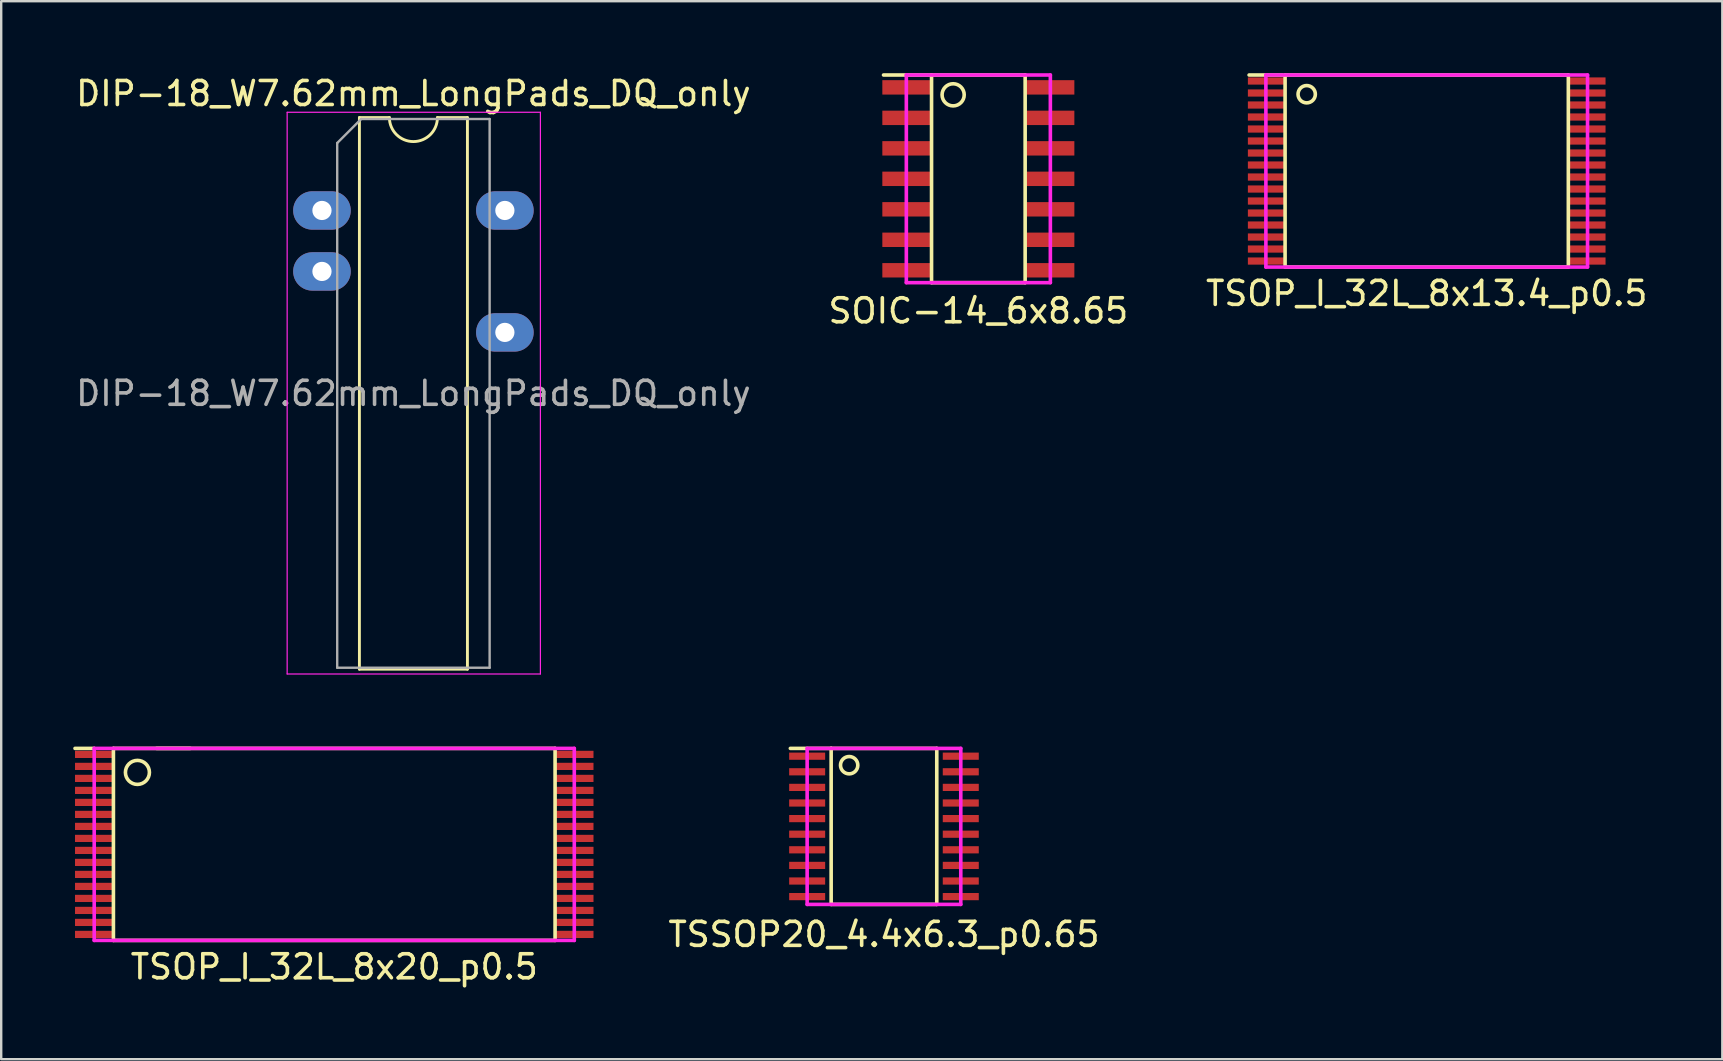
<source format=kicad_pcb>
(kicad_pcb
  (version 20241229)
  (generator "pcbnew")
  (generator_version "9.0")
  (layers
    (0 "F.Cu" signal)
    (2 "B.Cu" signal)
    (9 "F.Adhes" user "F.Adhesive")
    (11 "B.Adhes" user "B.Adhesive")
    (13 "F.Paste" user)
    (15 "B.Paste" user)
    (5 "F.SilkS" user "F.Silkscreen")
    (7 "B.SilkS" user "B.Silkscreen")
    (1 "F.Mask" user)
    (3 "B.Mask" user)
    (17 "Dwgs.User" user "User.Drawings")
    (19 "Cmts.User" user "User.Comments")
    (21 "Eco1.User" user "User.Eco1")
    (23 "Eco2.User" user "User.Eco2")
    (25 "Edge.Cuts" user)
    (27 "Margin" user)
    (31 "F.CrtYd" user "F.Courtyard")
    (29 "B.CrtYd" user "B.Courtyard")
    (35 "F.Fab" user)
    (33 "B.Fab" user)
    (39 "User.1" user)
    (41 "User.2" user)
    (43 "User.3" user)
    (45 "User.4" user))
  (footprint "TSOP_I_32L_8x13.4_p0.5"
    (layer "F.Cu")
    (at 56.387 4.075)
    (property "Reference" "TSOP_I_32L_8x13.4_p0.5" (at 0 5.1 0) (layer "F.SilkS") (effects (font (size 1 1) (thickness 0.15))))
    (attr through_hole)
    (fp_line (start -6 -4) (end -7.4 -4) (stroke (width 0.15) (type solid)) (layer "F.SilkS"))
    (fp_line (start -5.9 -4) (end 5.9 -4) (stroke (width 0.15) (type solid)) (layer "F.SilkS"))
    (fp_line (start -5.9 4) (end -5.9 -4) (stroke (width 0.15) (type solid)) (layer "F.SilkS"))
    (fp_line (start 5.9 -4) (end 5.9 4) (stroke (width 0.15) (type solid)) (layer "F.SilkS"))
    (fp_line (start 5.9 4) (end -5.9 4) (stroke (width 0.15) (type solid)) (layer "F.SilkS"))
    (fp_circle (center -5 -3.2) (end -5.2 -3.5) (stroke (width 0.15) (type solid)) (fill no) (layer "F.SilkS"))
    (fp_line (start -6.7 -4) (end 6.7 -4) (stroke (width 0.15) (type solid)) (layer "F.CrtYd"))
    (fp_line (start -6.7 4) (end -6.7 -4) (stroke (width 0.15) (type solid)) (layer "F.CrtYd"))
    (fp_line (start 6.7 -4) (end 6.7 4) (stroke (width 0.15) (type solid)) (layer "F.CrtYd"))
    (fp_line (start 6.7 4) (end -6.7 4) (stroke (width 0.15) (type solid)) (layer "F.CrtYd"))
    (pad "1" smd rect (at -6.7 -3.75) (size 1.5 0.3) (layers "F.Cu" "F.Mask" "F.Paste"))
    (pad "2" smd rect (at -6.7 -3.25) (size 1.5 0.3) (layers "F.Cu" "F.Mask" "F.Paste"))
    (pad "3" smd rect (at -6.7 -2.75) (size 1.5 0.3) (layers "F.Cu" "F.Mask" "F.Paste"))
    (pad "4" smd rect (at -6.7 -2.25) (size 1.5 0.3) (layers "F.Cu" "F.Mask" "F.Paste"))
    (pad "5" smd rect (at -6.7 -1.75) (size 1.5 0.3) (layers "F.Cu" "F.Mask" "F.Paste"))
    (pad "6" smd rect (at -6.7 -1.25) (size 1.5 0.3) (layers "F.Cu" "F.Mask" "F.Paste"))
    (pad "7" smd rect (at -6.7 -0.75) (size 1.5 0.3) (layers "F.Cu" "F.Mask" "F.Paste"))
    (pad "8" smd rect (at -6.7 -0.25) (size 1.5 0.3) (layers "F.Cu" "F.Mask" "F.Paste"))
    (pad "9" smd rect (at -6.7 0.25) (size 1.5 0.3) (layers "F.Cu" "F.Mask" "F.Paste"))
    (pad "10" smd rect (at -6.7 0.75) (size 1.5 0.3) (layers "F.Cu" "F.Mask" "F.Paste"))
    (pad "11" smd rect (at -6.7 1.25) (size 1.5 0.3) (layers "F.Cu" "F.Mask" "F.Paste"))
    (pad "12" smd rect (at -6.7 1.75) (size 1.5 0.3) (layers "F.Cu" "F.Mask" "F.Paste"))
    (pad "13" smd rect (at -6.7 2.25) (size 1.5 0.3) (layers "F.Cu" "F.Mask" "F.Paste"))
    (pad "14" smd rect (at -6.7 2.75) (size 1.5 0.3) (layers "F.Cu" "F.Mask" "F.Paste"))
    (pad "15" smd rect (at -6.7 3.25) (size 1.5 0.3) (layers "F.Cu" "F.Mask" "F.Paste"))
    (pad "16" smd rect (at -6.7 3.75) (size 1.5 0.3) (layers "F.Cu" "F.Mask" "F.Paste"))
    (pad "17" smd rect (at 6.7 3.75) (size 1.5 0.3) (layers "F.Cu" "F.Mask" "F.Paste"))
    (pad "18" smd rect (at 6.7 3.25) (size 1.5 0.3) (layers "F.Cu" "F.Mask" "F.Paste"))
    (pad "19" smd rect (at 6.7 2.75) (size 1.5 0.3) (layers "F.Cu" "F.Mask" "F.Paste"))
    (pad "20" smd rect (at 6.7 2.25) (size 1.5 0.3) (layers "F.Cu" "F.Mask" "F.Paste"))
    (pad "21" smd rect (at 6.7 1.75) (size 1.5 0.3) (layers "F.Cu" "F.Mask" "F.Paste"))
    (pad "22" smd rect (at 6.7 1.25) (size 1.5 0.3) (layers "F.Cu" "F.Mask" "F.Paste"))
    (pad "23" smd rect (at 6.7 0.75) (size 1.5 0.3) (layers "F.Cu" "F.Mask" "F.Paste"))
    (pad "24" smd rect (at 6.7 0.25) (size 1.5 0.3) (layers "F.Cu" "F.Mask" "F.Paste"))
    (pad "25" smd rect (at 6.7 -0.25) (size 1.5 0.3) (layers "F.Cu" "F.Mask" "F.Paste"))
    (pad "26" smd rect (at 6.7 -0.75) (size 1.5 0.3) (layers "F.Cu" "F.Mask" "F.Paste"))
    (pad "27" smd rect (at 6.7 -1.25) (size 1.5 0.3) (layers "F.Cu" "F.Mask" "F.Paste"))
    (pad "28" smd rect (at 6.7 -1.75) (size 1.5 0.3) (layers "F.Cu" "F.Mask" "F.Paste"))
    (pad "29" smd rect (at 6.7 -2.25) (size 1.5 0.3) (layers "F.Cu" "F.Mask" "F.Paste"))
    (pad "30" smd rect (at 6.7 -2.75) (size 1.5 0.3) (layers "F.Cu" "F.Mask" "F.Paste"))
    (pad "31" smd rect (at 6.7 -3.25) (size 1.5 0.3) (layers "F.Cu" "F.Mask" "F.Paste"))
    (pad "32" smd rect (at 6.7 -3.75) (size 1.5 0.3) (layers "F.Cu" "F.Mask" "F.Paste")))
  (footprint "SOIC-14_6x8.65"
    (layer "F.Cu")
    (at 37.708 4.4)
    (property "Reference" "SOIC-14_6x8.65" (at 0 5.5 0) (layer "F.SilkS") (effects (font (size 1 1) (thickness 0.15))))
    (attr through_hole)
    (fp_line (start -1.95 -4.325) (end -3.95 -4.325) (stroke (width 0.15) (type solid)) (layer "F.SilkS"))
    (fp_line (start -1.95 -4.325) (end -1.95 4.325) (stroke (width 0.15) (type solid)) (layer "F.SilkS"))
    (fp_line (start -1.95 -4.325) (end 1.95 -4.325) (stroke (width 0.15) (type solid)) (layer "F.SilkS"))
    (fp_line (start -1.95 4.325) (end 1.95 4.325) (stroke (width 0.15) (type solid)) (layer "F.SilkS"))
    (fp_line (start 1.95 -4.325) (end 1.95 4.325) (stroke (width 0.15) (type solid)) (layer "F.SilkS"))
    (fp_circle (center -1.05 -3.5) (end -1.35 -3.85) (stroke (width 0.15) (type solid)) (fill no) (layer "F.SilkS"))
    (fp_line (start -3 -4.325) (end 3 -4.325) (stroke (width 0.15) (type solid)) (layer "F.CrtYd"))
    (fp_line (start -3 4.325) (end -3 -4.325) (stroke (width 0.15) (type solid)) (layer "F.CrtYd"))
    (fp_line (start 3 -4.325) (end 3 4.325) (stroke (width 0.15) (type solid)) (layer "F.CrtYd"))
    (fp_line (start 3 4.325) (end -3 4.325) (stroke (width 0.15) (type solid)) (layer "F.CrtYd"))
    (pad "1" smd rect (at -3 -3.81) (size 2 0.6) (layers "F.Cu" "F.Mask" "F.Paste"))
    (pad "2" smd rect (at -3 -2.54) (size 2 0.6) (layers "F.Cu" "F.Mask" "F.Paste"))
    (pad "3" smd rect (at -3 -1.27) (size 2 0.6) (layers "F.Cu" "F.Mask" "F.Paste"))
    (pad "4" smd rect (at -3 0) (size 2 0.6) (layers "F.Cu" "F.Mask" "F.Paste"))
    (pad "5" smd rect (at -3 1.27) (size 2 0.6) (layers "F.Cu" "F.Mask" "F.Paste"))
    (pad "6" smd rect (at -3 2.54) (size 2 0.6) (layers "F.Cu" "F.Mask" "F.Paste"))
    (pad "7" smd rect (at -3 3.81) (size 2 0.6) (layers "F.Cu" "F.Mask" "F.Paste"))
    (pad "8" smd rect (at 3 3.81) (size 2 0.6) (layers "F.Cu" "F.Mask" "F.Paste"))
    (pad "9" smd rect (at 3 2.54) (size 2 0.6) (layers "F.Cu" "F.Mask" "F.Paste"))
    (pad "10" smd rect (at 3 1.27) (size 2 0.6) (layers "F.Cu" "F.Mask" "F.Paste"))
    (pad "11" smd rect (at 3 0) (size 2 0.6) (layers "F.Cu" "F.Mask" "F.Paste"))
    (pad "12" smd rect (at 3 -1.27) (size 2 0.6) (layers "F.Cu" "F.Mask" "F.Paste"))
    (pad "13" smd rect (at 3 -2.54) (size 2 0.6) (layers "F.Cu" "F.Mask" "F.Paste"))
    (pad "14" smd rect (at 3 -3.81) (size 2 0.6) (layers "F.Cu" "F.Mask" "F.Paste")))
  (footprint "TSSOP20_4.4x6.3_p0.65"
    (layer "F.Cu")
    (at 33.776 31.378)
    (property "Reference" "TSSOP20_4.4x6.3_p0.65" (at 0 4.5 0) (layer "F.SilkS") (effects (font (size 1 1) (thickness 0.15))))
    (attr through_hole)
    (fp_line (start -2.2 -3.25) (end -3.9 -3.25) (stroke (width 0.15) (type solid)) (layer "F.SilkS"))
    (fp_line (start -2.2 -3.25) (end 2.2 -3.25) (stroke (width 0.15) (type solid)) (layer "F.SilkS"))
    (fp_line (start -2.2 3.25) (end -2.2 -3.25) (stroke (width 0.15) (type solid)) (layer "F.SilkS"))
    (fp_line (start 2.2 -3.25) (end 2.2 3.25) (stroke (width 0.15) (type solid)) (layer "F.SilkS"))
    (fp_line (start 2.2 3.25) (end -2.2 3.25) (stroke (width 0.15) (type solid)) (layer "F.SilkS"))
    (fp_circle (center -1.45 -2.55) (end -1.75 -2.75) (stroke (width 0.15) (type solid)) (fill no) (layer "F.SilkS"))
    (fp_line (start -3.2 -3.25) (end 3.2 -3.25) (stroke (width 0.15) (type solid)) (layer "F.CrtYd"))
    (fp_line (start -3.2 3.25) (end -3.2 -3.25) (stroke (width 0.15) (type solid)) (layer "F.CrtYd"))
    (fp_line (start 3.2 -3.25) (end 3.2 3.25) (stroke (width 0.15) (type solid)) (layer "F.CrtYd"))
    (fp_line (start 3.2 3.25) (end -3.2 3.25) (stroke (width 0.15) (type solid)) (layer "F.CrtYd"))
    (pad "1" smd rect (at -3.2 -2.925) (size 1.5 0.3) (layers "F.Cu" "F.Mask" "F.Paste"))
    (pad "2" smd rect (at -3.2 -2.275) (size 1.5 0.3) (layers "F.Cu" "F.Mask" "F.Paste"))
    (pad "3" smd rect (at -3.2 -1.625) (size 1.5 0.3) (layers "F.Cu" "F.Mask" "F.Paste"))
    (pad "4" smd rect (at -3.2 -0.975) (size 1.5 0.3) (layers "F.Cu" "F.Mask" "F.Paste"))
    (pad "5" smd rect (at -3.2 -0.325) (size 1.5 0.3) (layers "F.Cu" "F.Mask" "F.Paste"))
    (pad "6" smd rect (at -3.2 0.325) (size 1.5 0.3) (layers "F.Cu" "F.Mask" "F.Paste"))
    (pad "7" smd rect (at -3.2 0.975) (size 1.5 0.3) (layers "F.Cu" "F.Mask" "F.Paste"))
    (pad "8" smd rect (at -3.2 1.625) (size 1.5 0.3) (layers "F.Cu" "F.Mask" "F.Paste"))
    (pad "9" smd rect (at -3.2 2.275) (size 1.5 0.3) (layers "F.Cu" "F.Mask" "F.Paste"))
    (pad "10" smd rect (at -3.2 2.925) (size 1.5 0.3) (layers "F.Cu" "F.Mask" "F.Paste"))
    (pad "11" smd rect (at 3.2 2.925) (size 1.5 0.3) (layers "F.Cu" "F.Mask" "F.Paste"))
    (pad "12" smd rect (at 3.2 2.275) (size 1.5 0.3) (layers "F.Cu" "F.Mask" "F.Paste"))
    (pad "13" smd rect (at 3.2 1.625) (size 1.5 0.3) (layers "F.Cu" "F.Mask" "F.Paste"))
    (pad "14" smd rect (at 3.2 0.975) (size 1.5 0.3) (layers "F.Cu" "F.Mask" "F.Paste"))
    (pad "15" smd rect (at 3.2 0.325) (size 1.5 0.3) (layers "F.Cu" "F.Mask" "F.Paste"))
    (pad "16" smd rect (at 3.2 -0.325) (size 1.5 0.3) (layers "F.Cu" "F.Mask" "F.Paste"))
    (pad "17" smd rect (at 3.2 -0.975) (size 1.5 0.3) (layers "F.Cu" "F.Mask" "F.Paste"))
    (pad "18" smd rect (at 3.2 -1.625) (size 1.5 0.3) (layers "F.Cu" "F.Mask" "F.Paste"))
    (pad "19" smd rect (at 3.2 -2.275) (size 1.5 0.3) (layers "F.Cu" "F.Mask" "F.Paste"))
    (pad "20" smd rect (at 3.2 -2.925) (size 1.5 0.3) (layers "F.Cu" "F.Mask" "F.Paste")))
  (footprint "DIP-18_W7.62mm_LongPads_DQ_only"
    (layer "F.Cu")
    (at 10.363 3.178)
    (property "Reference" "DIP-18_W7.62mm_LongPads_DQ_only" (at 3.81 -2.33 0) (layer "F.SilkS") (effects (font (size 1 1) (thickness 0.15))))
    (attr through_hole)
    (fp_line (start 1.56 -1.33) (end 1.56 21.65) (stroke (width 0.12) (type solid)) (layer "F.SilkS"))
    (fp_line (start 1.56 21.65) (end 6.06 21.65) (stroke (width 0.12) (type solid)) (layer "F.SilkS"))
    (fp_line (start 2.81 -1.33) (end 1.56 -1.33) (stroke (width 0.12) (type solid)) (layer "F.SilkS"))
    (fp_line (start 6.06 -1.33) (end 4.81 -1.33) (stroke (width 0.12) (type solid)) (layer "F.SilkS"))
    (fp_line (start 6.06 21.65) (end 6.06 -1.33) (stroke (width 0.12) (type solid)) (layer "F.SilkS"))
    (fp_arc (start 4.81 -1.33) (mid 3.81 -0.33) (end 2.81 -1.33) (stroke (width 0.12) (type solid)) (layer "F.SilkS"))
    (fp_line (start -1.45 -1.55) (end -1.45 21.85) (stroke (width 0.05) (type solid)) (layer "F.CrtYd"))
    (fp_line (start -1.45 21.85) (end 9.1 21.85) (stroke (width 0.05) (type solid)) (layer "F.CrtYd"))
    (fp_line (start 9.1 -1.55) (end -1.45 -1.55) (stroke (width 0.05) (type solid)) (layer "F.CrtYd"))
    (fp_line (start 9.1 21.85) (end 9.1 -1.55) (stroke (width 0.05) (type solid)) (layer "F.CrtYd"))
    (fp_line (start 0.635 -0.27) (end 1.635 -1.27) (stroke (width 0.1) (type solid)) (layer "F.Fab"))
    (fp_line (start 0.635 21.59) (end 0.635 -0.27) (stroke (width 0.1) (type solid)) (layer "F.Fab"))
    (fp_line (start 1.635 -1.27) (end 6.985 -1.27) (stroke (width 0.1) (type solid)) (layer "F.Fab"))
    (fp_line (start 6.985 -1.27) (end 6.985 21.59) (stroke (width 0.1) (type solid)) (layer "F.Fab"))
    (fp_line (start 6.985 21.59) (end 0.635 21.59) (stroke (width 0.1) (type solid)) (layer "F.Fab"))
    (fp_text user "${REFERENCE}" (at 3.81 10.16 0) (layer "F.Fab") (effects (font (size 1 1) (thickness 0.15))))
    (pad "2" thru_hole oval (at 0 2.54) (size 2.4 1.6) (drill 0.8) (layers "*.Cu" "*.Mask"))
    (pad "3" thru_hole oval (at 0 5.08) (size 2.4 1.6) (drill 0.8) (layers "*.Cu" "*.Mask"))
    (pad "15" thru_hole oval (at 7.62 7.62) (size 2.4 1.6) (drill 0.8) (layers "*.Cu" "*.Mask"))
    (pad "17" thru_hole oval (at 7.62 2.54) (size 2.4 1.6) (drill 0.8) (layers "*.Cu" "*.Mask")))
  (footprint "TSOP_I_32L_8x20_p0.5"
    (layer "F.Cu")
    (at 10.875 32.128)
    (property "Reference" "TSOP_I_32L_8x20_p0.5" (at 0 5.1 0) (layer "F.SilkS") (effects (font (size 1 1) (thickness 0.15))))
    (attr through_hole)
    (fp_line (start -10 -4) (end -10.8 -4) (stroke (width 0.15) (type solid)) (layer "F.SilkS"))
    (fp_line (start -9.2 -4) (end 9.2 -4) (stroke (width 0.15) (type solid)) (layer "F.SilkS"))
    (fp_line (start -9.2 4) (end -9.2 -4) (stroke (width 0.15) (type solid)) (layer "F.SilkS"))
    (fp_line (start -6 -4) (end -7.4 -4) (stroke (width 0.15) (type solid)) (layer "F.SilkS"))
    (fp_line (start 9.2 -4) (end 9.2 4) (stroke (width 0.15) (type solid)) (layer "F.SilkS"))
    (fp_line (start 9.2 4) (end -9.2 4) (stroke (width 0.15) (type solid)) (layer "F.SilkS"))
    (fp_circle (center -8.2 -3) (end -8.7 -3) (stroke (width 0.15) (type solid)) (fill no) (layer "F.SilkS"))
    (fp_line (start -10 -4) (end 10 -4) (stroke (width 0.15) (type solid)) (layer "F.CrtYd"))
    (fp_line (start -10 4) (end -10 -4) (stroke (width 0.15) (type solid)) (layer "F.CrtYd"))
    (fp_line (start 10 -4) (end 10 4) (stroke (width 0.15) (type solid)) (layer "F.CrtYd"))
    (fp_line (start 10 4) (end -10 4) (stroke (width 0.15) (type solid)) (layer "F.CrtYd"))
    (pad "1" smd rect (at -10 -3.75) (size 1.6 0.3) (layers "F.Cu" "F.Mask" "F.Paste"))
    (pad "2" smd rect (at -10 -3.25) (size 1.6 0.3) (layers "F.Cu" "F.Mask" "F.Paste"))
    (pad "3" smd rect (at -10 -2.75) (size 1.6 0.3) (layers "F.Cu" "F.Mask" "F.Paste"))
    (pad "4" smd rect (at -10 -2.25) (size 1.6 0.3) (layers "F.Cu" "F.Mask" "F.Paste"))
    (pad "5" smd rect (at -10 -1.75) (size 1.6 0.3) (layers "F.Cu" "F.Mask" "F.Paste"))
    (pad "6" smd rect (at -10 -1.25) (size 1.6 0.3) (layers "F.Cu" "F.Mask" "F.Paste"))
    (pad "7" smd rect (at -10 -0.75) (size 1.6 0.3) (layers "F.Cu" "F.Mask" "F.Paste"))
    (pad "8" smd rect (at -10 -0.25) (size 1.6 0.3) (layers "F.Cu" "F.Mask" "F.Paste"))
    (pad "9" smd rect (at -10 0.25) (size 1.6 0.3) (layers "F.Cu" "F.Mask" "F.Paste"))
    (pad "10" smd rect (at -10 0.75) (size 1.6 0.3) (layers "F.Cu" "F.Mask" "F.Paste"))
    (pad "11" smd rect (at -10 1.25) (size 1.6 0.3) (layers "F.Cu" "F.Mask" "F.Paste"))
    (pad "12" smd rect (at -10 1.75) (size 1.6 0.3) (layers "F.Cu" "F.Mask" "F.Paste"))
    (pad "13" smd rect (at -10 2.25) (size 1.6 0.3) (layers "F.Cu" "F.Mask" "F.Paste"))
    (pad "14" smd rect (at -10 2.75) (size 1.6 0.3) (layers "F.Cu" "F.Mask" "F.Paste"))
    (pad "15" smd rect (at -10 3.25) (size 1.6 0.3) (layers "F.Cu" "F.Mask" "F.Paste"))
    (pad "16" smd rect (at -10 3.75) (size 1.6 0.3) (layers "F.Cu" "F.Mask" "F.Paste"))
    (pad "17" smd rect (at 10 3.75) (size 1.6 0.3) (layers "F.Cu" "F.Mask" "F.Paste"))
    (pad "18" smd rect (at 10 3.25) (size 1.6 0.3) (layers "F.Cu" "F.Mask" "F.Paste"))
    (pad "19" smd rect (at 10 2.75) (size 1.6 0.3) (layers "F.Cu" "F.Mask" "F.Paste"))
    (pad "20" smd rect (at 10 2.25) (size 1.6 0.3) (layers "F.Cu" "F.Mask" "F.Paste"))
    (pad "21" smd rect (at 10 1.75) (size 1.6 0.3) (layers "F.Cu" "F.Mask" "F.Paste"))
    (pad "22" smd rect (at 10 1.25) (size 1.6 0.3) (layers "F.Cu" "F.Mask" "F.Paste"))
    (pad "23" smd rect (at 10 0.75) (size 1.6 0.3) (layers "F.Cu" "F.Mask" "F.Paste"))
    (pad "24" smd rect (at 10 0.25) (size 1.6 0.3) (layers "F.Cu" "F.Mask" "F.Paste"))
    (pad "25" smd rect (at 10 -0.25) (size 1.6 0.3) (layers "F.Cu" "F.Mask" "F.Paste"))
    (pad "26" smd rect (at 10 -0.75) (size 1.6 0.3) (layers "F.Cu" "F.Mask" "F.Paste"))
    (pad "27" smd rect (at 10 -1.25) (size 1.6 0.3) (layers "F.Cu" "F.Mask" "F.Paste"))
    (pad "28" smd rect (at 10 -1.75) (size 1.6 0.3) (layers "F.Cu" "F.Mask" "F.Paste"))
    (pad "29" smd rect (at 10 -2.25) (size 1.6 0.3) (layers "F.Cu" "F.Mask" "F.Paste"))
    (pad "30" smd rect (at 10 -2.75) (size 1.6 0.3) (layers "F.Cu" "F.Mask" "F.Paste"))
    (pad "31" smd rect (at 10 -3.25) (size 1.6 0.3) (layers "F.Cu" "F.Mask" "F.Paste"))
    (pad "32" smd rect (at 10 -3.75) (size 1.6 0.3) (layers "F.Cu" "F.Mask" "F.Paste")))
  (gr_rect
    (start -3 -3)
    (end 68.702 41.077)
    (stroke (width 0.1) (type default))
    (fill no)
    (layer "Edge.Cuts")))
</source>
